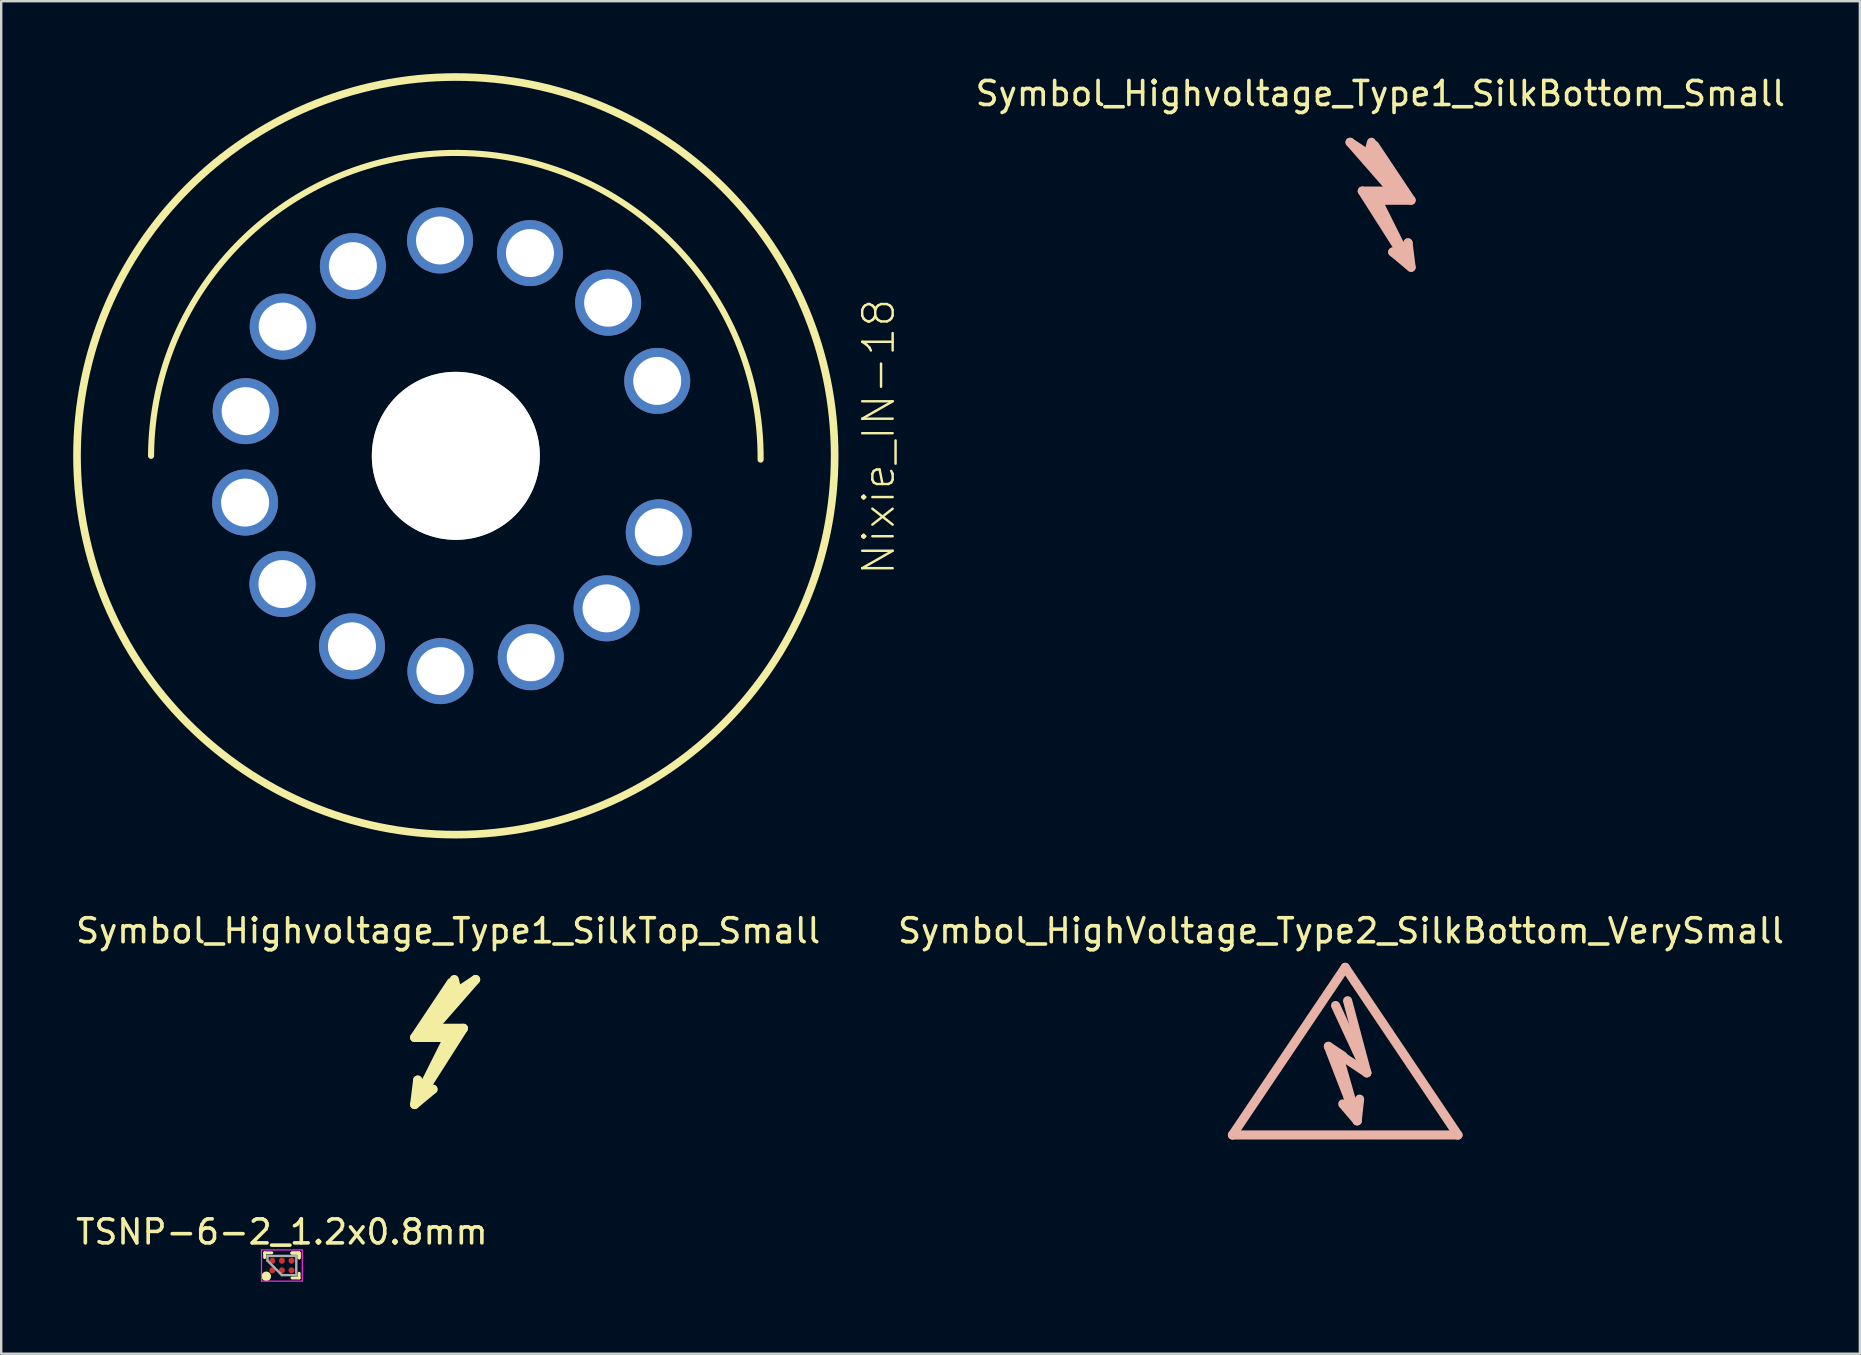
<source format=kicad_pcb>
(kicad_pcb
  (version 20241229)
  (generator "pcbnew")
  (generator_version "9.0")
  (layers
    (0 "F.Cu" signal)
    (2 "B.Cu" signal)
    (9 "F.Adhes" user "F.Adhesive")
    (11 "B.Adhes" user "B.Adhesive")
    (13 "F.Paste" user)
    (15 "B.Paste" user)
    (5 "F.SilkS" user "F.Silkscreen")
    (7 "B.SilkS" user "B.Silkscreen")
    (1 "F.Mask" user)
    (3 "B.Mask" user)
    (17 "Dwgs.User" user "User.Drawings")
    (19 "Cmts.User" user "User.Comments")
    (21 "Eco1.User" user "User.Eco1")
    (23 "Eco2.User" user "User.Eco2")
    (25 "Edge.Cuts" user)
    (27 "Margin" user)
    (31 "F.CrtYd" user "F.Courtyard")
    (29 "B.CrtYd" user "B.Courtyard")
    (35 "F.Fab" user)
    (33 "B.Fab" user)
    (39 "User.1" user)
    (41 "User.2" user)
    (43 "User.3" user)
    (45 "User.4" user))
  (footprint "Symbol_Highvoltage_Type1_SilkTop_Small"
    (layer "F.Cu")
    (at 14.609 40.942)
    (property "Reference" "Symbol_Highvoltage_Type1_SilkTop_Small" (at 1.016 -5.207 0) (layer "F.SilkS") (effects (font (size 1 1) (thickness 0.15))))
    (attr exclude_from_pos_files exclude_from_bom)
    (fp_line (start -0.381 -0.762) (end 1.016 -0.762) (stroke (width 0.381) (type solid)) (layer "F.SilkS"))
    (fp_line (start -0.381 2.032) (end 0.381 1.397) (stroke (width 0.381) (type solid)) (layer "F.SilkS"))
    (fp_line (start -0.254 1.016) (end -0.381 2.032) (stroke (width 0.381) (type solid)) (layer "F.SilkS"))
    (fp_line (start -0.127 1.524) (end -0.254 1.016) (stroke (width 0.381) (type solid)) (layer "F.SilkS"))
    (fp_line (start -0.127 1.651) (end 1.651 -1.143) (stroke (width 0.381) (type solid)) (layer "F.SilkS"))
    (fp_line (start 0 -0.889) (end 1.27 -0.889) (stroke (width 0.381) (type solid)) (layer "F.SilkS"))
    (fp_line (start 0.381 -1.143) (end 2.159 -3.175) (stroke (width 0.381) (type solid)) (layer "F.SilkS"))
    (fp_line (start 0.381 1.397) (end -0.127 1.651) (stroke (width 0.381) (type solid)) (layer "F.SilkS"))
    (fp_line (start 1.016 -0.762) (end -0.127 1.524) (stroke (width 0.381) (type solid)) (layer "F.SilkS"))
    (fp_line (start 1.143 -3.048) (end -0.381 -0.762) (stroke (width 0.381) (type solid)) (layer "F.SilkS"))
    (fp_line (start 1.397 -2.794) (end 0 -0.889) (stroke (width 0.381) (type solid)) (layer "F.SilkS"))
    (fp_line (start 1.397 -2.667) (end 1.27 -3.175) (stroke (width 0.381) (type solid)) (layer "F.SilkS"))
    (fp_line (start 1.651 -1.143) (end 0.381 -1.143) (stroke (width 0.381) (type solid)) (layer "F.SilkS"))
    (fp_line (start 2.159 -3.175) (end 1.397 -2.667) (stroke (width 0.381) (type solid)) (layer "F.SilkS")))
  (footprint "TSNP-6-2_1.2x0.8mm"
    (layer "F.Cu")
    (at 8.696 49.683)
    (property "Reference" "TSNP-6-2_1.2x0.8mm" (at 0 -1.4 0) (layer "F.SilkS") (effects (font (size 1 1) (thickness 0.15))))
    (attr smd)
    (fp_line (start -0.72 -0.33) (end -0.72 -0.53) (stroke (width 0.12) (type solid)) (layer "F.SilkS"))
    (fp_line (start -0.42 -0.53) (end -0.72 -0.53) (stroke (width 0.12) (type solid)) (layer "F.SilkS"))
    (fp_line (start 0.42 -0.52) (end 0.72 -0.52) (stroke (width 0.12) (type solid)) (layer "F.SilkS"))
    (fp_line (start 0.42 -0.52) (end 0.72 -0.52) (stroke (width 0.12) (type solid)) (layer "F.SilkS"))
    (fp_line (start 0.42 -0.52) (end 0.72 -0.52) (stroke (width 0.12) (type solid)) (layer "F.SilkS"))
    (fp_line (start 0.42 0.52) (end 0.72 0.52) (stroke (width 0.12) (type solid)) (layer "F.SilkS"))
    (fp_line (start 0.72 -0.52) (end 0.72 -0.32) (stroke (width 0.12) (type solid)) (layer "F.SilkS"))
    (fp_line (start 0.72 -0.52) (end 0.72 -0.32) (stroke (width 0.12) (type solid)) (layer "F.SilkS"))
    (fp_line (start 0.72 -0.52) (end 0.72 -0.32) (stroke (width 0.12) (type solid)) (layer "F.SilkS"))
    (fp_line (start 0.72 0.52) (end 0.72 0.32) (stroke (width 0.12) (type solid)) (layer "F.SilkS"))
    (fp_circle (center -0.65 0.45) (end -0.65 0.55) (stroke (width 0.2) (type solid)) (fill no) (layer "F.SilkS"))
    (fp_line (start -0.85 -0.65) (end 0.85 -0.65) (stroke (width 0.05) (type solid)) (layer "F.CrtYd"))
    (fp_line (start -0.85 0.65) (end -0.85 -0.65) (stroke (width 0.05) (type solid)) (layer "F.CrtYd"))
    (fp_line (start 0.85 -0.65) (end 0.85 0.65) (stroke (width 0.05) (type solid)) (layer "F.CrtYd"))
    (fp_line (start 0.85 0.65) (end -0.85 0.65) (stroke (width 0.05) (type solid)) (layer "F.CrtYd"))
    (fp_line (start -0.6 -0.4) (end -0.6 -0.2) (stroke (width 0.1) (type solid)) (layer "F.Fab"))
    (fp_line (start -0.6 -0.4) (end 0.6 -0.4) (stroke (width 0.1) (type solid)) (layer "F.Fab"))
    (fp_line (start 0 0.4) (end -0.6 -0.2) (stroke (width 0.1) (type solid)) (layer "F.Fab"))
    (fp_line (start 0.6 0.4) (end 0 0.4) (stroke (width 0.1) (type solid)) (layer "F.Fab"))
    (fp_line (start 0.6 0.4) (end 0.6 -0.4) (stroke (width 0.1) (type solid)) (layer "F.Fab"))
    (pad "1" smd circle (at -0.4 0.2) (size 0.25 0.25) (layers "F.Cu" "F.Mask" "F.Paste"))
    (pad "2" smd circle (at 0 0.2) (size 0.25 0.25) (layers "F.Cu" "F.Mask" "F.Paste"))
    (pad "3" smd circle (at 0.4 0.2) (size 0.25 0.25) (layers "F.Cu" "F.Mask" "F.Paste"))
    (pad "4" smd circle (at 0.4 -0.2) (size 0.25 0.25) (layers "F.Cu" "F.Mask" "F.Paste"))
    (pad "5" smd circle (at 0 -0.2) (size 0.25 0.25) (layers "F.Cu" "F.Mask" "F.Paste"))
    (pad "6" smd circle (at -0.4 -0.2) (size 0.25 0.25) (layers "F.Cu" "F.Mask" "F.Paste")))
  (footprint "Nixie_IN-18"
    (layer "F.Cu")
    (at 15.944 15.944)
    (property "Reference" "Nixie_IN-18" (at 17.62 -0.792 90) (layer "F.SilkS") (effects (font (size 1.27 1.27) (thickness 0.102))))
    (attr exclude_from_pos_files exclude_from_bom)
    (fp_arc (start -12.7 0) (mid 0.07874 -12.62126) (end 12.7 0.15748) (stroke (width 0.254) (type solid)) (layer "F.SilkS"))
    (fp_circle (center 0 0) (end 0 -15.817) (stroke (width 0.254) (type solid)) (fill no) (layer "F.SilkS"))
    (fp_circle (center 0 0) (end 0 -15.753) (stroke (width 0.254) (type solid)) (fill no) (layer "F.SilkS"))
    (pad "" np_thru_hole circle (at 0 0) (size 7 7) (drill 7) (layers "*.Cu" "*.Mask" "Dwgs.User"))
    (pad "1" thru_hole circle (at 8.392 -3.122) (size 2.75 2.75) (drill 2) (layers "*.Cu" "*.Paste" "*.Mask"))
    (pad "2" thru_hole circle (at 6.347 -6.38) (size 2.75 2.75) (drill 2) (layers "*.Cu" "*.Paste" "*.Mask"))
    (pad "3" thru_hole circle (at 3.089 -8.448) (size 2.75 2.75) (drill 2) (layers "*.Cu" "*.Paste" "*.Mask"))
    (pad "4" thru_hole circle (at -0.658 -8.974) (size 2.75 2.75) (drill 2) (layers "*.Cu" "*.Paste" "*.Mask"))
    (pad "5" thru_hole circle (at -4.29 -7.904) (size 2.75 2.75) (drill 2) (layers "*.Cu" "*.Paste" "*.Mask"))
    (pad "6" thru_hole circle (at -7.214 -5.385) (size 2.75 2.75) (drill 2) (layers "*.Cu" "*.Paste" "*.Mask"))
    (pad "7" thru_hole circle (at -8.758 -1.862) (size 2.75 2.75) (drill 2) (layers "*.Cu" "*.Paste" "*.Mask"))
    (pad "8" thru_hole circle (at -8.781 1.948) (size 2.75 2.75) (drill 2) (layers "*.Cu" "*.Paste" "*.Mask"))
    (pad "9" thru_hole circle (at -7.226 5.342) (size 2.75 2.75) (drill 2) (layers "*.Cu" "*.Paste" "*.Mask"))
    (pad "10" thru_hole circle (at -4.328 7.938) (size 2.75 2.75) (drill 2) (layers "*.Cu" "*.Paste" "*.Mask"))
    (pad "11" thru_hole circle (at -0.643 8.971) (size 2.75 2.75) (drill 2) (layers "*.Cu" "*.Paste" "*.Mask"))
    (pad "12" thru_hole circle (at 3.122 8.392) (size 2.75 2.75) (drill 2) (layers "*.Cu" "*.Paste" "*.Mask"))
    (pad "13" thru_hole circle (at 6.281 6.355) (size 2.75 2.75) (drill 2) (layers "*.Cu" "*.Paste" "*.Mask"))
    (pad "14" thru_hole circle (at 8.456 3.188) (size 2.75 2.75) (drill 2) (layers "*.Cu" "*.Paste" "*.Mask")))
  (footprint "Symbol_HighVoltage_Type2_SilkBottom_VerySmall"
    (layer "F.Cu")
    (at 52.954 41.45)
    (property "Reference" "Symbol_HighVoltage_Type2_SilkBottom_VerySmall" (at -0.127 -5.715 0) (layer "F.SilkS") (effects (font (size 1 1) (thickness 0.15))))
    (attr exclude_from_pos_files exclude_from_bom)
    (fp_line (start -4.649 2.794) (end 4.749 2.794) (stroke (width 0.381) (type solid)) (layer "B.SilkS"))
    (fp_line (start -0.651 -0.899) (end -0.052 -0.5) (stroke (width 0.381) (type solid)) (layer "B.SilkS"))
    (fp_line (start -0.25 -0.599) (end 0.548 2.2) (stroke (width 0.381) (type solid)) (layer "B.SilkS"))
    (fp_line (start 0.05 -4.191) (end -4.649 2.794) (stroke (width 0.381) (type solid)) (layer "B.SilkS"))
    (fp_line (start 0.149 -2.799) (end 0.949 0.201) (stroke (width 0.381) (type solid)) (layer "B.SilkS"))
    (fp_line (start 0.548 2.2) (end -0.651 -0.899) (stroke (width 0.381) (type solid)) (layer "B.SilkS"))
    (fp_line (start 0.548 2.2) (end -0.052 1.501) (stroke (width 0.381) (type solid)) (layer "B.SilkS"))
    (fp_line (start 0.548 2.2) (end 0.649 1.3) (stroke (width 0.381) (type solid)) (layer "B.SilkS"))
    (fp_line (start 0.949 0.201) (end -0.351 -2.601) (stroke (width 0.381) (type solid)) (layer "B.SilkS"))
    (fp_line (start 0.949 0.201) (end -0.25 -0.599) (stroke (width 0.381) (type solid)) (layer "B.SilkS"))
    (fp_line (start 4.749 2.794) (end 0.05 -4.191) (stroke (width 0.381) (type solid)) (layer "B.SilkS")))
  (footprint "Symbol_Highvoltage_Type1_SilkBottom_Small"
    (layer "F.Cu")
    (at 55.467 6.055)
    (property "Reference" "Symbol_Highvoltage_Type1_SilkBottom_Small" (at -1 -5.207 0) (layer "F.SilkS") (effects (font (size 1 1) (thickness 0.15))))
    (attr exclude_from_pos_files exclude_from_bom)
    (fp_line (start -2.259 -3.175) (end -1.497 -2.667) (stroke (width 0.381) (type solid)) (layer "B.SilkS"))
    (fp_line (start -1.751 -1.143) (end -0.481 -1.143) (stroke (width 0.381) (type solid)) (layer "B.SilkS"))
    (fp_line (start -1.497 -2.794) (end -0.1 -0.889) (stroke (width 0.381) (type solid)) (layer "B.SilkS"))
    (fp_line (start -1.497 -2.667) (end -1.37 -3.175) (stroke (width 0.381) (type solid)) (layer "B.SilkS"))
    (fp_line (start -1.243 -3.048) (end 0.281 -0.762) (stroke (width 0.381) (type solid)) (layer "B.SilkS"))
    (fp_line (start -1.116 -0.762) (end 0.027 1.524) (stroke (width 0.381) (type solid)) (layer "B.SilkS"))
    (fp_line (start -0.481 -1.143) (end -2.259 -3.175) (stroke (width 0.381) (type solid)) (layer "B.SilkS"))
    (fp_line (start -0.481 1.397) (end 0.027 1.651) (stroke (width 0.381) (type solid)) (layer "B.SilkS"))
    (fp_line (start -0.1 -0.889) (end -1.37 -0.889) (stroke (width 0.381) (type solid)) (layer "B.SilkS"))
    (fp_line (start 0.027 1.524) (end 0.154 1.016) (stroke (width 0.381) (type solid)) (layer "B.SilkS"))
    (fp_line (start 0.027 1.651) (end -1.751 -1.143) (stroke (width 0.381) (type solid)) (layer "B.SilkS"))
    (fp_line (start 0.154 1.016) (end 0.281 2.032) (stroke (width 0.381) (type solid)) (layer "B.SilkS"))
    (fp_line (start 0.281 -0.762) (end -1.116 -0.762) (stroke (width 0.381) (type solid)) (layer "B.SilkS"))
    (fp_line (start 0.281 2.032) (end -0.481 1.397) (stroke (width 0.381) (type solid)) (layer "B.SilkS")))
  (gr_rect
    (start -3 -3)
    (end 74.449 53.358)
    (stroke (width 0.1) (type default))
    (fill no)
    (layer "Edge.Cuts")))
</source>
